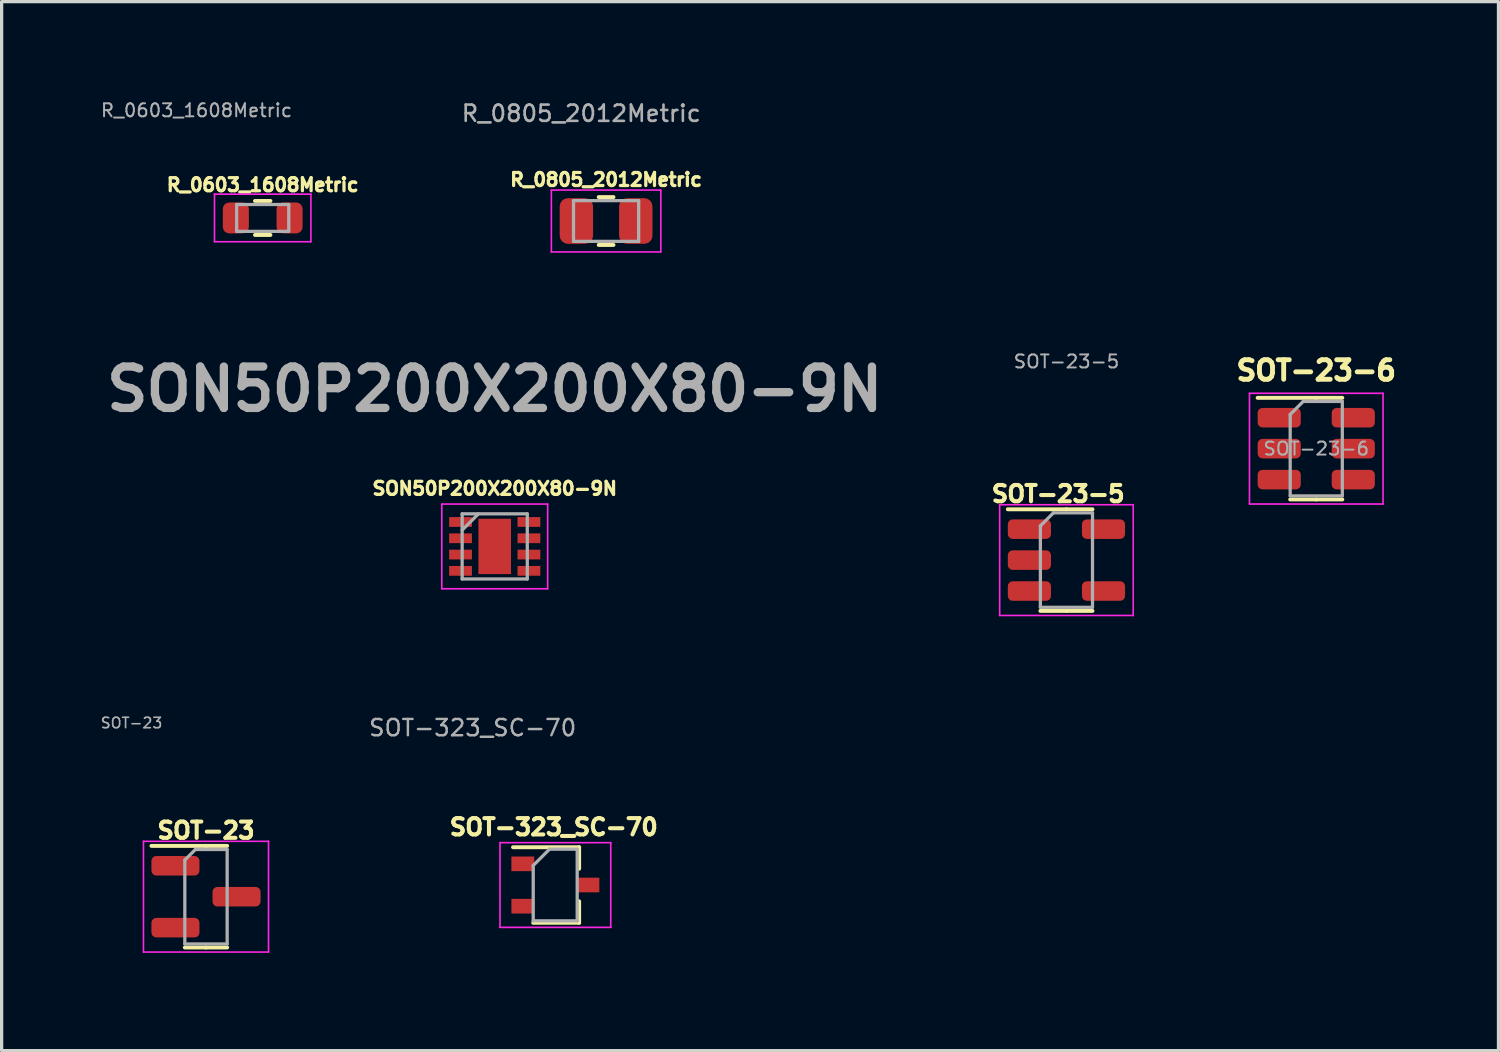
<source format=kicad_pcb>
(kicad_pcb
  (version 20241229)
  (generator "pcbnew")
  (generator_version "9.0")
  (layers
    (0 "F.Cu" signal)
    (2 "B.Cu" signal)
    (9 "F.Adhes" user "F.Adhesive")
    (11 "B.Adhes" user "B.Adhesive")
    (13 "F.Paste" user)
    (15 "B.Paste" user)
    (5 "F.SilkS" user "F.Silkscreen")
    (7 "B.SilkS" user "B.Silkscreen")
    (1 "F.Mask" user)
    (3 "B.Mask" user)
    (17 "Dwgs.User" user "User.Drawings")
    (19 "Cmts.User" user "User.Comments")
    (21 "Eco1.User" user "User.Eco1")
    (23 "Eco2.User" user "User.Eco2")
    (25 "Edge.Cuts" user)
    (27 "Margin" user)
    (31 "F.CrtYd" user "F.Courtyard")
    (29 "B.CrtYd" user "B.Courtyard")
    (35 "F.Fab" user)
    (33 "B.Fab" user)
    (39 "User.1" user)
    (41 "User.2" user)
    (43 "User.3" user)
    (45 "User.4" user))
  (footprint "SON50P200X200X80-9N"
    (layer "F.Cu")
    (at 12.138 13.725)
    (property "Reference" "SON50P200X200X80-9N" (at 0 -1.778 0) (layer "F.SilkS") (effects (font (size 0.4 0.4) (thickness 0.1))))
    (attr smd)
    (fp_line (start -1.625 -1.3) (end 1.625 -1.3) (stroke (width 0.05) (type solid)) (layer "F.CrtYd"))
    (fp_line (start -1.625 1.3) (end -1.625 -1.3) (stroke (width 0.05) (type solid)) (layer "F.CrtYd"))
    (fp_line (start 1.625 -1.3) (end 1.625 1.3) (stroke (width 0.05) (type solid)) (layer "F.CrtYd"))
    (fp_line (start 1.625 1.3) (end -1.625 1.3) (stroke (width 0.05) (type solid)) (layer "F.CrtYd"))
    (fp_line (start -1 -1) (end 1 -1) (stroke (width 0.1) (type solid)) (layer "F.Fab"))
    (fp_line (start -1 -0.5) (end -0.5 -1) (stroke (width 0.1) (type solid)) (layer "F.Fab"))
    (fp_line (start -1 1) (end -1 -1) (stroke (width 0.1) (type solid)) (layer "F.Fab"))
    (fp_line (start 1 -1) (end 1 1) (stroke (width 0.1) (type solid)) (layer "F.Fab"))
    (fp_line (start 1 1) (end -1 1) (stroke (width 0.1) (type solid)) (layer "F.Fab"))
    (fp_text user "${REFERENCE}" (at 0 -4.826 0) (layer "F.Fab") (effects (font (size 1.27 1.27) (thickness 0.254))))
    (pad "1" smd rect (at -1.05 -0.75 90) (size 0.3 0.7) (layers "F.Cu" "F.Mask" "F.Paste"))
    (pad "2" smd rect (at -1.05 -0.25 90) (size 0.3 0.7) (layers "F.Cu" "F.Mask" "F.Paste"))
    (pad "3" smd rect (at -1.05 0.25 90) (size 0.3 0.7) (layers "F.Cu" "F.Mask" "F.Paste"))
    (pad "4" smd rect (at -1.05 0.75 90) (size 0.3 0.7) (layers "F.Cu" "F.Mask" "F.Paste"))
    (pad "5" smd rect (at 1.05 0.75 90) (size 0.3 0.7) (layers "F.Cu" "F.Mask" "F.Paste"))
    (pad "6" smd rect (at 1.05 0.25 90) (size 0.3 0.7) (layers "F.Cu" "F.Mask" "F.Paste"))
    (pad "7" smd rect (at 1.05 -0.25 90) (size 0.3 0.7) (layers "F.Cu" "F.Mask" "F.Paste"))
    (pad "8" smd rect (at 1.05 -0.75 90) (size 0.3 0.7) (layers "F.Cu" "F.Mask" "F.Paste"))
    (pad "9" smd rect (at 0 0) (size 1 1.7) (layers "F.Cu" "F.Mask" "F.Paste")))
  (footprint "SOT-23"
    (layer "F.Cu")
    (at 3.274 24.479)
    (property "Reference" "SOT-23" (at 0 -2.032 0) (layer "F.SilkS") (effects (font (size 0.5 0.5) (thickness 0.125))))
    (attr smd)
    (fp_line (start 0 -1.56) (end -1.675 -1.56) (stroke (width 0.12) (type solid)) (layer "F.SilkS"))
    (fp_line (start 0 -1.56) (end 0.65 -1.56) (stroke (width 0.12) (type solid)) (layer "F.SilkS"))
    (fp_line (start 0 1.56) (end -0.65 1.56) (stroke (width 0.12) (type solid)) (layer "F.SilkS"))
    (fp_line (start 0 1.56) (end 0.65 1.56) (stroke (width 0.12) (type solid)) (layer "F.SilkS"))
    (fp_line (start -1.92 -1.7) (end -1.92 1.7) (stroke (width 0.05) (type solid)) (layer "F.CrtYd"))
    (fp_line (start -1.92 1.7) (end 1.92 1.7) (stroke (width 0.05) (type solid)) (layer "F.CrtYd"))
    (fp_line (start 1.92 -1.7) (end -1.92 -1.7) (stroke (width 0.05) (type solid)) (layer "F.CrtYd"))
    (fp_line (start 1.92 1.7) (end 1.92 -1.7) (stroke (width 0.05) (type solid)) (layer "F.CrtYd"))
    (fp_line (start -0.65 -1.125) (end -0.325 -1.45) (stroke (width 0.1) (type solid)) (layer "F.Fab"))
    (fp_line (start -0.65 1.45) (end -0.65 -1.125) (stroke (width 0.1) (type solid)) (layer "F.Fab"))
    (fp_line (start -0.325 -1.45) (end 0.65 -1.45) (stroke (width 0.1) (type solid)) (layer "F.Fab"))
    (fp_line (start 0.65 -1.45) (end 0.65 1.45) (stroke (width 0.1) (type solid)) (layer "F.Fab"))
    (fp_line (start 0.65 1.45) (end -0.65 1.45) (stroke (width 0.1) (type solid)) (layer "F.Fab"))
    (fp_text user "${REFERENCE}" (at -2.286 -5.334 0) (layer "F.Fab") (effects (font (size 0.32 0.32) (thickness 0.05))))
    (pad "1" smd roundrect (at -0.938 -0.95) (size 1.475 0.6) (layers "F.Cu" "F.Mask" "F.Paste") (roundrect_rratio 0.25))
    (pad "2" smd roundrect (at -0.938 0.95) (size 1.475 0.6) (layers "F.Cu" "F.Mask" "F.Paste") (roundrect_rratio 0.25))
    (pad "3" smd roundrect (at 0.938 0) (size 1.475 0.6) (layers "F.Cu" "F.Mask" "F.Paste") (roundrect_rratio 0.25)))
  (footprint "SOT-23-5"
    (layer "F.Cu")
    (at 29.69 14.145)
    (property "Reference" "SOT-23-5" (at -0.254 -2.032 0) (layer "F.SilkS") (effects (font (size 0.5 0.5) (thickness 0.125))))
    (attr smd)
    (fp_line (start 0 -1.56) (end -1.8 -1.56) (stroke (width 0.12) (type solid)) (layer "F.SilkS"))
    (fp_line (start 0 -1.56) (end 0.8 -1.56) (stroke (width 0.12) (type solid)) (layer "F.SilkS"))
    (fp_line (start 0 1.56) (end -0.8 1.56) (stroke (width 0.12) (type solid)) (layer "F.SilkS"))
    (fp_line (start 0 1.56) (end 0.8 1.56) (stroke (width 0.12) (type solid)) (layer "F.SilkS"))
    (fp_line (start -2.05 -1.7) (end -2.05 1.7) (stroke (width 0.05) (type solid)) (layer "F.CrtYd"))
    (fp_line (start -2.05 1.7) (end 2.05 1.7) (stroke (width 0.05) (type solid)) (layer "F.CrtYd"))
    (fp_line (start 2.05 -1.7) (end -2.05 -1.7) (stroke (width 0.05) (type solid)) (layer "F.CrtYd"))
    (fp_line (start 2.05 1.7) (end 2.05 -1.7) (stroke (width 0.05) (type solid)) (layer "F.CrtYd"))
    (fp_line (start -0.8 -1.05) (end -0.4 -1.45) (stroke (width 0.1) (type solid)) (layer "F.Fab"))
    (fp_line (start -0.8 1.45) (end -0.8 -1.05) (stroke (width 0.1) (type solid)) (layer "F.Fab"))
    (fp_line (start -0.4 -1.45) (end 0.8 -1.45) (stroke (width 0.1) (type solid)) (layer "F.Fab"))
    (fp_line (start 0.8 -1.45) (end 0.8 1.45) (stroke (width 0.1) (type solid)) (layer "F.Fab"))
    (fp_line (start 0.8 1.45) (end -0.8 1.45) (stroke (width 0.1) (type solid)) (layer "F.Fab"))
    (fp_text user "${REFERENCE}" (at 0 -6.096 0) (layer "F.Fab") (effects (font (size 0.4 0.4) (thickness 0.06))))
    (pad "1" smd roundrect (at -1.137 -0.95) (size 1.325 0.6) (layers "F.Cu" "F.Mask" "F.Paste") (roundrect_rratio 0.25))
    (pad "2" smd roundrect (at -1.137 0) (size 1.325 0.6) (layers "F.Cu" "F.Mask" "F.Paste") (roundrect_rratio 0.25))
    (pad "3" smd roundrect (at -1.137 0.95) (size 1.325 0.6) (layers "F.Cu" "F.Mask" "F.Paste") (roundrect_rratio 0.25))
    (pad "4" smd roundrect (at 1.137 0.95) (size 1.325 0.6) (layers "F.Cu" "F.Mask" "F.Paste") (roundrect_rratio 0.25))
    (pad "5" smd roundrect (at 1.137 -0.95) (size 1.325 0.6) (layers "F.Cu" "F.Mask" "F.Paste") (roundrect_rratio 0.25)))
  (footprint "SOT-23-6"
    (layer "F.Cu")
    (at 37.359 10.724)
    (property "Reference" "SOT-23-6" (at 0 -2.4 0) (layer "F.SilkS") (effects (font (size 0.6 0.6) (thickness 0.15))))
    (attr smd)
    (fp_line (start 0 -1.56) (end -1.8 -1.56) (stroke (width 0.12) (type solid)) (layer "F.SilkS"))
    (fp_line (start 0 -1.56) (end 0.8 -1.56) (stroke (width 0.12) (type solid)) (layer "F.SilkS"))
    (fp_line (start 0 1.56) (end -0.8 1.56) (stroke (width 0.12) (type solid)) (layer "F.SilkS"))
    (fp_line (start 0 1.56) (end 0.8 1.56) (stroke (width 0.12) (type solid)) (layer "F.SilkS"))
    (fp_line (start -2.05 -1.7) (end -2.05 1.7) (stroke (width 0.05) (type solid)) (layer "F.CrtYd"))
    (fp_line (start -2.05 1.7) (end 2.05 1.7) (stroke (width 0.05) (type solid)) (layer "F.CrtYd"))
    (fp_line (start 2.05 -1.7) (end -2.05 -1.7) (stroke (width 0.05) (type solid)) (layer "F.CrtYd"))
    (fp_line (start 2.05 1.7) (end 2.05 -1.7) (stroke (width 0.05) (type solid)) (layer "F.CrtYd"))
    (fp_line (start -0.8 -1.05) (end -0.4 -1.45) (stroke (width 0.1) (type solid)) (layer "F.Fab"))
    (fp_line (start -0.8 1.45) (end -0.8 -1.05) (stroke (width 0.1) (type solid)) (layer "F.Fab"))
    (fp_line (start -0.4 -1.45) (end 0.8 -1.45) (stroke (width 0.1) (type solid)) (layer "F.Fab"))
    (fp_line (start 0.8 -1.45) (end 0.8 1.45) (stroke (width 0.1) (type solid)) (layer "F.Fab"))
    (fp_line (start 0.8 1.45) (end -0.8 1.45) (stroke (width 0.1) (type solid)) (layer "F.Fab"))
    (fp_text user "${REFERENCE}" (at 0 0 0) (layer "F.Fab") (effects (font (size 0.4 0.4) (thickness 0.06))))
    (pad "1" smd roundrect (at -1.137 -0.95) (size 1.325 0.6) (layers "F.Cu" "F.Mask" "F.Paste") (roundrect_rratio 0.25))
    (pad "2" smd roundrect (at -1.137 0) (size 1.325 0.6) (layers "F.Cu" "F.Mask" "F.Paste") (roundrect_rratio 0.25))
    (pad "3" smd roundrect (at -1.137 0.95) (size 1.325 0.6) (layers "F.Cu" "F.Mask" "F.Paste") (roundrect_rratio 0.25))
    (pad "4" smd roundrect (at 1.137 0.95) (size 1.325 0.6) (layers "F.Cu" "F.Mask" "F.Paste") (roundrect_rratio 0.25))
    (pad "5" smd roundrect (at 1.137 0) (size 1.325 0.6) (layers "F.Cu" "F.Mask" "F.Paste") (roundrect_rratio 0.25))
    (pad "6" smd roundrect (at 1.137 -0.95) (size 1.325 0.6) (layers "F.Cu" "F.Mask" "F.Paste") (roundrect_rratio 0.25)))
  (footprint "R_0603_1608Metric"
    (layer "F.Cu")
    (at 5.015 3.641)
    (property "Reference" "R_0603_1608Metric" (at 0 -1.016 0) (layer "F.SilkS") (effects (font (size 0.4 0.4) (thickness 0.1))))
    (attr smd)
    (fp_line (start -0.237 -0.522) (end 0.237 -0.522) (stroke (width 0.12) (type solid)) (layer "F.SilkS"))
    (fp_line (start -0.237 0.522) (end 0.237 0.522) (stroke (width 0.12) (type solid)) (layer "F.SilkS"))
    (fp_line (start -1.48 -0.73) (end 1.48 -0.73) (stroke (width 0.05) (type solid)) (layer "F.CrtYd"))
    (fp_line (start -1.48 0.73) (end -1.48 -0.73) (stroke (width 0.05) (type solid)) (layer "F.CrtYd"))
    (fp_line (start 1.48 -0.73) (end 1.48 0.73) (stroke (width 0.05) (type solid)) (layer "F.CrtYd"))
    (fp_line (start 1.48 0.73) (end -1.48 0.73) (stroke (width 0.05) (type solid)) (layer "F.CrtYd"))
    (fp_line (start -0.8 -0.412) (end 0.8 -0.412) (stroke (width 0.1) (type solid)) (layer "F.Fab"))
    (fp_line (start -0.8 0.412) (end -0.8 -0.412) (stroke (width 0.1) (type solid)) (layer "F.Fab"))
    (fp_line (start 0.8 -0.412) (end 0.8 0.412) (stroke (width 0.1) (type solid)) (layer "F.Fab"))
    (fp_line (start 0.8 0.412) (end -0.8 0.412) (stroke (width 0.1) (type solid)) (layer "F.Fab"))
    (fp_text user "${REFERENCE}" (at -2.032 -3.302 0) (layer "F.Fab") (effects (font (size 0.4 0.4) (thickness 0.06))))
    (pad "1" smd roundrect (at -0.825 0) (size 0.8 0.95) (layers "F.Cu" "F.Mask" "F.Paste") (roundrect_rratio 0.25))
    (pad "2" smd roundrect (at 0.825 0) (size 0.8 0.95) (layers "F.Cu" "F.Mask" "F.Paste") (roundrect_rratio 0.25)))
  (footprint "R_0805_2012Metric"
    (layer "F.Cu")
    (at 15.557 3.735)
    (property "Reference" "R_0805_2012Metric" (at 0 -1.27 0) (layer "F.SilkS") (effects (font (size 0.4 0.4) (thickness 0.1))))
    (attr smd)
    (fp_line (start -0.227 -0.735) (end 0.227 -0.735) (stroke (width 0.12) (type solid)) (layer "F.SilkS"))
    (fp_line (start -0.227 0.735) (end 0.227 0.735) (stroke (width 0.12) (type solid)) (layer "F.SilkS"))
    (fp_line (start -1.68 -0.95) (end 1.68 -0.95) (stroke (width 0.05) (type solid)) (layer "F.CrtYd"))
    (fp_line (start -1.68 0.95) (end -1.68 -0.95) (stroke (width 0.05) (type solid)) (layer "F.CrtYd"))
    (fp_line (start 1.68 -0.95) (end 1.68 0.95) (stroke (width 0.05) (type solid)) (layer "F.CrtYd"))
    (fp_line (start 1.68 0.95) (end -1.68 0.95) (stroke (width 0.05) (type solid)) (layer "F.CrtYd"))
    (fp_line (start -1 -0.625) (end 1 -0.625) (stroke (width 0.1) (type solid)) (layer "F.Fab"))
    (fp_line (start -1 0.625) (end -1 -0.625) (stroke (width 0.1) (type solid)) (layer "F.Fab"))
    (fp_line (start 1 -0.625) (end 1 0.625) (stroke (width 0.1) (type solid)) (layer "F.Fab"))
    (fp_line (start 1 0.625) (end -1 0.625) (stroke (width 0.1) (type solid)) (layer "F.Fab"))
    (fp_text user "${REFERENCE}" (at -0.762 -3.302 0) (layer "F.Fab") (effects (font (size 0.5 0.5) (thickness 0.08))))
    (pad "1" smd roundrect (at -0.912 0) (size 1.025 1.4) (layers "F.Cu" "F.Mask" "F.Paste") (roundrect_rratio 0.244))
    (pad "2" smd roundrect (at 0.912 0) (size 1.025 1.4) (layers "F.Cu" "F.Mask" "F.Paste") (roundrect_rratio 0.244)))
  (footprint "SOT-323_SC-70"
    (layer "F.Cu")
    (at 14 24.12)
    (property "Reference" "SOT-323_SC-70" (at -0.05 -1.778 0) (layer "F.SilkS") (effects (font (size 0.5 0.5) (thickness 0.125))))
    (attr smd)
    (fp_line (start -0.68 1.16) (end 0.73 1.16) (stroke (width 0.12) (type solid)) (layer "F.SilkS"))
    (fp_line (start 0.73 -1.16) (end -1.3 -1.16) (stroke (width 0.12) (type solid)) (layer "F.SilkS"))
    (fp_line (start 0.73 -1.16) (end 0.73 -0.5) (stroke (width 0.12) (type solid)) (layer "F.SilkS"))
    (fp_line (start 0.73 0.5) (end 0.73 1.16) (stroke (width 0.12) (type solid)) (layer "F.SilkS"))
    (fp_line (start -1.7 -1.3) (end 1.7 -1.3) (stroke (width 0.05) (type solid)) (layer "F.CrtYd"))
    (fp_line (start -1.7 1.3) (end -1.7 -1.3) (stroke (width 0.05) (type solid)) (layer "F.CrtYd"))
    (fp_line (start 1.7 -1.3) (end 1.7 1.3) (stroke (width 0.05) (type solid)) (layer "F.CrtYd"))
    (fp_line (start 1.7 1.3) (end -1.7 1.3) (stroke (width 0.05) (type solid)) (layer "F.CrtYd"))
    (fp_line (start -0.68 -0.6) (end -0.68 1.1) (stroke (width 0.1) (type solid)) (layer "F.Fab"))
    (fp_line (start -0.18 -1.1) (end -0.68 -0.6) (stroke (width 0.1) (type solid)) (layer "F.Fab"))
    (fp_line (start 0.67 -1.1) (end -0.18 -1.1) (stroke (width 0.1) (type solid)) (layer "F.Fab"))
    (fp_line (start 0.67 -1.1) (end 0.67 1.1) (stroke (width 0.1) (type solid)) (layer "F.Fab"))
    (fp_line (start 0.67 1.1) (end -0.68 1.1) (stroke (width 0.1) (type solid)) (layer "F.Fab"))
    (fp_text user "${REFERENCE}" (at -2.54 -4.826 180) (layer "F.Fab") (effects (font (size 0.5 0.5) (thickness 0.075))))
    (pad "1" smd rect (at -1 -0.65 270) (size 0.45 0.7) (layers "F.Cu" "F.Mask" "F.Paste"))
    (pad "2" smd rect (at -1 0.65 270) (size 0.45 0.7) (layers "F.Cu" "F.Mask" "F.Paste"))
    (pad "3" smd rect (at 1 0 270) (size 0.45 0.7) (layers "F.Cu" "F.Mask" "F.Paste")))
  (gr_rect
    (start -3 -3)
    (end 42.953 29.204)
    (stroke (width 0.1) (type default))
    (fill no)
    (layer "Edge.Cuts")))
</source>
